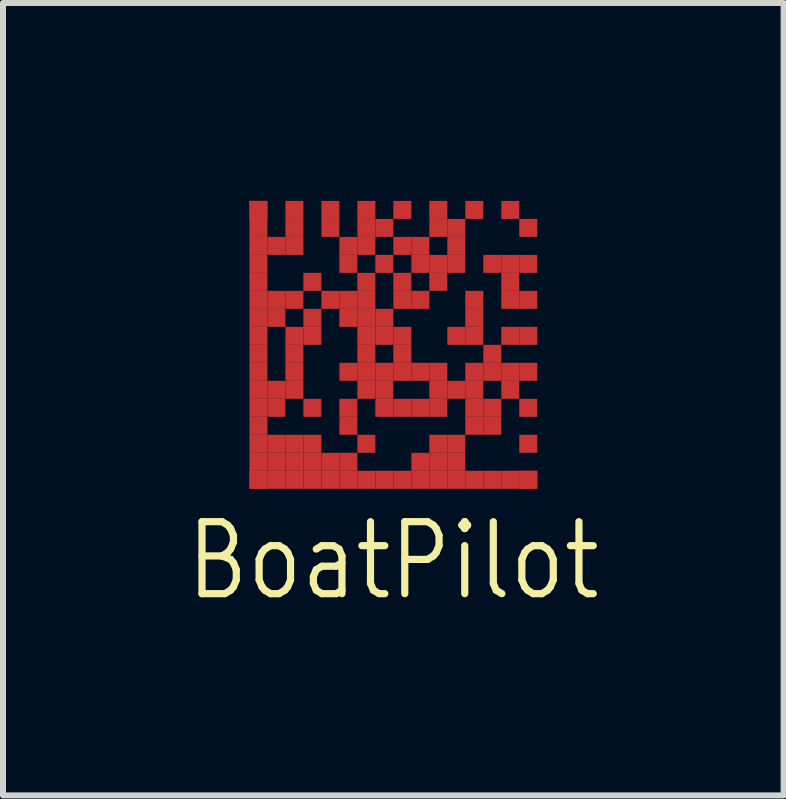
<source format=kicad_pcb>
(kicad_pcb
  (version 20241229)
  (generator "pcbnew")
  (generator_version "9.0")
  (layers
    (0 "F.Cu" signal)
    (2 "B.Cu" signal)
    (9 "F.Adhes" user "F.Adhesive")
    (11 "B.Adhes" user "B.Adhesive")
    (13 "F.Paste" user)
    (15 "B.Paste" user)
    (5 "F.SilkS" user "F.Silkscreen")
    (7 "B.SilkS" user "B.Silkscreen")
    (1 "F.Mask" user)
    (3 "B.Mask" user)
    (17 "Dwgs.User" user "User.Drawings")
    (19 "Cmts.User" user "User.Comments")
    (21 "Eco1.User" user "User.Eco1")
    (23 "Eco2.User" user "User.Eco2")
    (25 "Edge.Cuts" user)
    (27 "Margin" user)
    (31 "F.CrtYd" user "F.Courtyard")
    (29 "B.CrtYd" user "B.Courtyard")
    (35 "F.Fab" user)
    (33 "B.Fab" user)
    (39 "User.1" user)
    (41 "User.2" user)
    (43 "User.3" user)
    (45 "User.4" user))
  (footprint "BoatPilot"
    (layer "F.Cu")
    (at 3.509 2.7)
    (property "Reference" "BoatPilot" (at 0 3.6 0) (layer "F.SilkS") (effects (font (size 1.2 1) (thickness 0.12))))
    (attr through_hole)
    (pad "" smd rect (at -2.25 -2.25) (size 0.3 0.3) (layers "F.Cu"))
    (pad "" smd rect (at -2.25 -2.25) (size 0.3 0.3) (layers "F.Cu"))
    (pad "" smd rect (at -2.25 -1.95) (size 0.3 0.3) (layers "F.Cu"))
    (pad "" smd rect (at -2.25 -1.65) (size 0.3 0.3) (layers "F.Cu"))
    (pad "" smd rect (at -2.25 -1.35) (size 0.3 0.3) (layers "F.Cu"))
    (pad "" smd rect (at -2.25 -1.05) (size 0.3 0.3) (layers "F.Cu"))
    (pad "" smd rect (at -2.25 -0.75) (size 0.3 0.3) (layers "F.Cu"))
    (pad "" smd rect (at -2.25 -0.45) (size 0.3 0.3) (layers "F.Cu"))
    (pad "" smd rect (at -2.25 -0.15) (size 0.3 0.3) (layers "F.Cu"))
    (pad "" smd rect (at -2.25 0.15) (size 0.3 0.3) (layers "F.Cu"))
    (pad "" smd rect (at -2.25 0.45) (size 0.3 0.3) (layers "F.Cu"))
    (pad "" smd rect (at -2.25 0.75) (size 0.3 0.3) (layers "F.Cu"))
    (pad "" smd rect (at -2.25 1.05) (size 0.3 0.3) (layers "F.Cu"))
    (pad "" smd rect (at -2.25 1.35) (size 0.3 0.3) (layers "F.Cu"))
    (pad "" smd rect (at -2.25 1.65) (size 0.3 0.3) (layers "F.Cu"))
    (pad "" smd rect (at -2.25 1.95) (size 0.3 0.3) (layers "F.Cu"))
    (pad "" smd rect (at -2.25 2.25) (size 0.3 0.3) (layers "F.Cu"))
    (pad "" smd rect (at -2.25 2.25) (size 0.3 0.3) (layers "F.Cu"))
    (pad "" smd rect (at -1.95 -1.65) (size 0.3 0.3) (layers "F.Cu"))
    (pad "" smd rect (at -1.95 -0.75) (size 0.3 0.3) (layers "F.Cu"))
    (pad "" smd rect (at -1.95 -0.45) (size 0.3 0.3) (layers "F.Cu"))
    (pad "" smd rect (at -1.95 0.75) (size 0.3 0.3) (layers "F.Cu"))
    (pad "" smd rect (at -1.95 1.05) (size 0.3 0.3) (layers "F.Cu"))
    (pad "" smd rect (at -1.95 1.65) (size 0.3 0.3) (layers "F.Cu"))
    (pad "" smd rect (at -1.95 1.95) (size 0.3 0.3) (layers "F.Cu"))
    (pad "" smd rect (at -1.95 2.25) (size 0.3 0.3) (layers "F.Cu"))
    (pad "" smd rect (at -1.65 -2.25) (size 0.3 0.3) (layers "F.Cu"))
    (pad "" smd rect (at -1.65 -1.95) (size 0.3 0.3) (layers "F.Cu"))
    (pad "" smd rect (at -1.65 -1.65) (size 0.3 0.3) (layers "F.Cu"))
    (pad "" smd rect (at -1.65 -0.75) (size 0.3 0.3) (layers "F.Cu"))
    (pad "" smd rect (at -1.65 -0.15) (size 0.3 0.3) (layers "F.Cu"))
    (pad "" smd rect (at -1.65 0.15) (size 0.3 0.3) (layers "F.Cu"))
    (pad "" smd rect (at -1.65 0.45) (size 0.3 0.3) (layers "F.Cu"))
    (pad "" smd rect (at -1.65 0.75) (size 0.3 0.3) (layers "F.Cu"))
    (pad "" smd rect (at -1.65 1.65) (size 0.3 0.3) (layers "F.Cu"))
    (pad "" smd rect (at -1.65 1.95) (size 0.3 0.3) (layers "F.Cu"))
    (pad "" smd rect (at -1.65 2.25) (size 0.3 0.3) (layers "F.Cu"))
    (pad "" smd rect (at -1.35 -1.05) (size 0.3 0.3) (layers "F.Cu"))
    (pad "" smd rect (at -1.35 -0.45) (size 0.3 0.3) (layers "F.Cu"))
    (pad "" smd rect (at -1.35 -0.15) (size 0.3 0.3) (layers "F.Cu"))
    (pad "" smd rect (at -1.35 1.05) (size 0.3 0.3) (layers "F.Cu"))
    (pad "" smd rect (at -1.35 1.65) (size 0.3 0.3) (layers "F.Cu"))
    (pad "" smd rect (at -1.35 1.95) (size 0.3 0.3) (layers "F.Cu"))
    (pad "" smd rect (at -1.35 2.25) (size 0.3 0.3) (layers "F.Cu"))
    (pad "" smd rect (at -1.05 -2.25) (size 0.3 0.3) (layers "F.Cu"))
    (pad "" smd rect (at -1.05 -1.95) (size 0.3 0.3) (layers "F.Cu"))
    (pad "" smd rect (at -1.05 -0.75) (size 0.3 0.3) (layers "F.Cu"))
    (pad "" smd rect (at -1.05 1.95) (size 0.3 0.3) (layers "F.Cu"))
    (pad "" smd rect (at -1.05 2.25) (size 0.3 0.3) (layers "F.Cu"))
    (pad "" smd rect (at -0.75 -1.65) (size 0.3 0.3) (layers "F.Cu"))
    (pad "" smd rect (at -0.75 -1.35) (size 0.3 0.3) (layers "F.Cu"))
    (pad "" smd rect (at -0.75 -0.75) (size 0.3 0.3) (layers "F.Cu"))
    (pad "" smd rect (at -0.75 -0.45) (size 0.3 0.3) (layers "F.Cu"))
    (pad "" smd rect (at -0.75 0.45) (size 0.3 0.3) (layers "F.Cu"))
    (pad "" smd rect (at -0.75 1.05) (size 0.3 0.3) (layers "F.Cu"))
    (pad "" smd rect (at -0.75 1.35) (size 0.3 0.3) (layers "F.Cu"))
    (pad "" smd rect (at -0.75 1.95) (size 0.3 0.3) (layers "F.Cu"))
    (pad "" smd rect (at -0.75 2.25) (size 0.3 0.3) (layers "F.Cu"))
    (pad "" smd rect (at -0.45 -2.25) (size 0.3 0.3) (layers "F.Cu"))
    (pad "" smd rect (at -0.45 -1.95) (size 0.3 0.3) (layers "F.Cu"))
    (pad "" smd rect (at -0.45 -1.65) (size 0.3 0.3) (layers "F.Cu"))
    (pad "" smd rect (at -0.45 -1.05) (size 0.3 0.3) (layers "F.Cu"))
    (pad "" smd rect (at -0.45 -0.75) (size 0.3 0.3) (layers "F.Cu"))
    (pad "" smd rect (at -0.45 -0.45) (size 0.3 0.3) (layers "F.Cu"))
    (pad "" smd rect (at -0.45 -0.15) (size 0.3 0.3) (layers "F.Cu"))
    (pad "" smd rect (at -0.45 0.15) (size 0.3 0.3) (layers "F.Cu"))
    (pad "" smd rect (at -0.45 0.45) (size 0.3 0.3) (layers "F.Cu"))
    (pad "" smd rect (at -0.45 0.75) (size 0.3 0.3) (layers "F.Cu"))
    (pad "" smd rect (at -0.45 1.65) (size 0.3 0.3) (layers "F.Cu"))
    (pad "" smd rect (at -0.45 2.25) (size 0.3 0.3) (layers "F.Cu"))
    (pad "" smd rect (at -0.15 -1.95) (size 0.3 0.3) (layers "F.Cu"))
    (pad "" smd rect (at -0.15 -1.35) (size 0.3 0.3) (layers "F.Cu"))
    (pad "" smd rect (at -0.15 -0.45) (size 0.3 0.3) (layers "F.Cu"))
    (pad "" smd rect (at -0.15 -0.15) (size 0.3 0.3) (layers "F.Cu"))
    (pad "" smd rect (at -0.15 0.45) (size 0.3 0.3) (layers "F.Cu"))
    (pad "" smd rect (at -0.15 0.75) (size 0.3 0.3) (layers "F.Cu"))
    (pad "" smd rect (at -0.15 1.05) (size 0.3 0.3) (layers "F.Cu"))
    (pad "" smd rect (at -0.15 2.25) (size 0.3 0.3) (layers "F.Cu"))
    (pad "" smd rect (at 0 0) (size 5.4 5.4) (layers "F.Mask"))
    (pad "" smd rect (at 0.15 -2.25) (size 0.3 0.3) (layers "F.Cu"))
    (pad "" smd rect (at 0.15 -1.65) (size 0.3 0.3) (layers "F.Cu"))
    (pad "" smd rect (at 0.15 -1.05) (size 0.3 0.3) (layers "F.Cu"))
    (pad "" smd rect (at 0.15 -0.75) (size 0.3 0.3) (layers "F.Cu"))
    (pad "" smd rect (at 0.15 -0.15) (size 0.3 0.3) (layers "F.Cu"))
    (pad "" smd rect (at 0.15 0.15) (size 0.3 0.3) (layers "F.Cu"))
    (pad "" smd rect (at 0.15 0.45) (size 0.3 0.3) (layers "F.Cu"))
    (pad "" smd rect (at 0.15 1.05) (size 0.3 0.3) (layers "F.Cu"))
    (pad "" smd rect (at 0.15 2.25) (size 0.3 0.3) (layers "F.Cu"))
    (pad "" smd rect (at 0.45 -1.65) (size 0.3 0.3) (layers "F.Cu"))
    (pad "" smd rect (at 0.45 -1.35) (size 0.3 0.3) (layers "F.Cu"))
    (pad "" smd rect (at 0.45 -0.75) (size 0.3 0.3) (layers "F.Cu"))
    (pad "" smd rect (at 0.45 0.45) (size 0.3 0.3) (layers "F.Cu"))
    (pad "" smd rect (at 0.45 1.05) (size 0.3 0.3) (layers "F.Cu"))
    (pad "" smd rect (at 0.45 1.95) (size 0.3 0.3) (layers "F.Cu"))
    (pad "" smd rect (at 0.45 2.25) (size 0.3 0.3) (layers "F.Cu"))
    (pad "" smd rect (at 0.75 -2.25) (size 0.3 0.3) (layers "F.Cu"))
    (pad "" smd rect (at 0.75 -1.95) (size 0.3 0.3) (layers "F.Cu"))
    (pad "" smd rect (at 0.75 -1.35) (size 0.3 0.3) (layers "F.Cu"))
    (pad "" smd rect (at 0.75 -1.05) (size 0.3 0.3) (layers "F.Cu"))
    (pad "" smd rect (at 0.75 0.45) (size 0.3 0.3) (layers "F.Cu"))
    (pad "" smd rect (at 0.75 0.75) (size 0.3 0.3) (layers "F.Cu"))
    (pad "" smd rect (at 0.75 1.05) (size 0.3 0.3) (layers "F.Cu"))
    (pad "" smd rect (at 0.75 1.65) (size 0.3 0.3) (layers "F.Cu"))
    (pad "" smd rect (at 0.75 1.95) (size 0.3 0.3) (layers "F.Cu"))
    (pad "" smd rect (at 0.75 2.25) (size 0.3 0.3) (layers "F.Cu"))
    (pad "" smd rect (at 1.05 -1.95) (size 0.3 0.3) (layers "F.Cu"))
    (pad "" smd rect (at 1.05 -1.65) (size 0.3 0.3) (layers "F.Cu"))
    (pad "" smd rect (at 1.05 -1.35) (size 0.3 0.3) (layers "F.Cu"))
    (pad "" smd rect (at 1.05 -0.15) (size 0.3 0.3) (layers "F.Cu"))
    (pad "" smd rect (at 1.05 0.75) (size 0.3 0.3) (layers "F.Cu"))
    (pad "" smd rect (at 1.05 1.65) (size 0.3 0.3) (layers "F.Cu"))
    (pad "" smd rect (at 1.05 1.95) (size 0.3 0.3) (layers "F.Cu"))
    (pad "" smd rect (at 1.05 2.25) (size 0.3 0.3) (layers "F.Cu"))
    (pad "" smd rect (at 1.35 -2.25) (size 0.3 0.3) (layers "F.Cu"))
    (pad "" smd rect (at 1.35 -0.75) (size 0.3 0.3) (layers "F.Cu"))
    (pad "" smd rect (at 1.35 -0.45) (size 0.3 0.3) (layers "F.Cu"))
    (pad "" smd rect (at 1.35 -0.15) (size 0.3 0.3) (layers "F.Cu"))
    (pad "" smd rect (at 1.35 0.45) (size 0.3 0.3) (layers "F.Cu"))
    (pad "" smd rect (at 1.35 0.75) (size 0.3 0.3) (layers "F.Cu"))
    (pad "" smd rect (at 1.35 1.05) (size 0.3 0.3) (layers "F.Cu"))
    (pad "" smd rect (at 1.35 1.35) (size 0.3 0.3) (layers "F.Cu"))
    (pad "" smd rect (at 1.35 2.25) (size 0.3 0.3) (layers "F.Cu"))
    (pad "" smd rect (at 1.65 -1.35) (size 0.3 0.3) (layers "F.Cu"))
    (pad "" smd rect (at 1.65 0.15) (size 0.3 0.3) (layers "F.Cu"))
    (pad "" smd rect (at 1.65 0.45) (size 0.3 0.3) (layers "F.Cu"))
    (pad "" smd rect (at 1.65 1.05) (size 0.3 0.3) (layers "F.Cu"))
    (pad "" smd rect (at 1.65 1.35) (size 0.3 0.3) (layers "F.Cu"))
    (pad "" smd rect (at 1.65 2.25) (size 0.3 0.3) (layers "F.Cu"))
    (pad "" smd rect (at 1.95 -2.25) (size 0.3 0.3) (layers "F.Cu"))
    (pad "" smd rect (at 1.95 -1.35) (size 0.3 0.3) (layers "F.Cu"))
    (pad "" smd rect (at 1.95 -1.05) (size 0.3 0.3) (layers "F.Cu"))
    (pad "" smd rect (at 1.95 -0.75) (size 0.3 0.3) (layers "F.Cu"))
    (pad "" smd rect (at 1.95 -0.15) (size 0.3 0.3) (layers "F.Cu"))
    (pad "" smd rect (at 1.95 0.45) (size 0.3 0.3) (layers "F.Cu"))
    (pad "" smd rect (at 1.95 0.75) (size 0.3 0.3) (layers "F.Cu"))
    (pad "" smd rect (at 1.95 2.25) (size 0.3 0.3) (layers "F.Cu"))
    (pad "" smd rect (at 2.25 -1.95) (size 0.3 0.3) (layers "F.Cu"))
    (pad "" smd rect (at 2.25 -1.35) (size 0.3 0.3) (layers "F.Cu"))
    (pad "" smd rect (at 2.25 -0.75) (size 0.3 0.3) (layers "F.Cu"))
    (pad "" smd rect (at 2.25 -0.15) (size 0.3 0.3) (layers "F.Cu"))
    (pad "" smd rect (at 2.25 0.45) (size 0.3 0.3) (layers "F.Cu"))
    (pad "" smd rect (at 2.25 1.05) (size 0.3 0.3) (layers "F.Cu"))
    (pad "" smd rect (at 2.25 1.65) (size 0.3 0.3) (layers "F.Cu"))
    (pad "" smd rect (at 2.25 2.25) (size 0.3 0.3) (layers "F.Cu"))
    (pad "" smd rect (at 2.25 2.25) (size 0.3 0.3) (layers "F.Cu")))
  (gr_rect
    (start -3 -3)
    (end 10.017 10.213)
    (stroke (width 0.1) (type default))
    (fill no)
    (layer "Edge.Cuts")))
</source>
